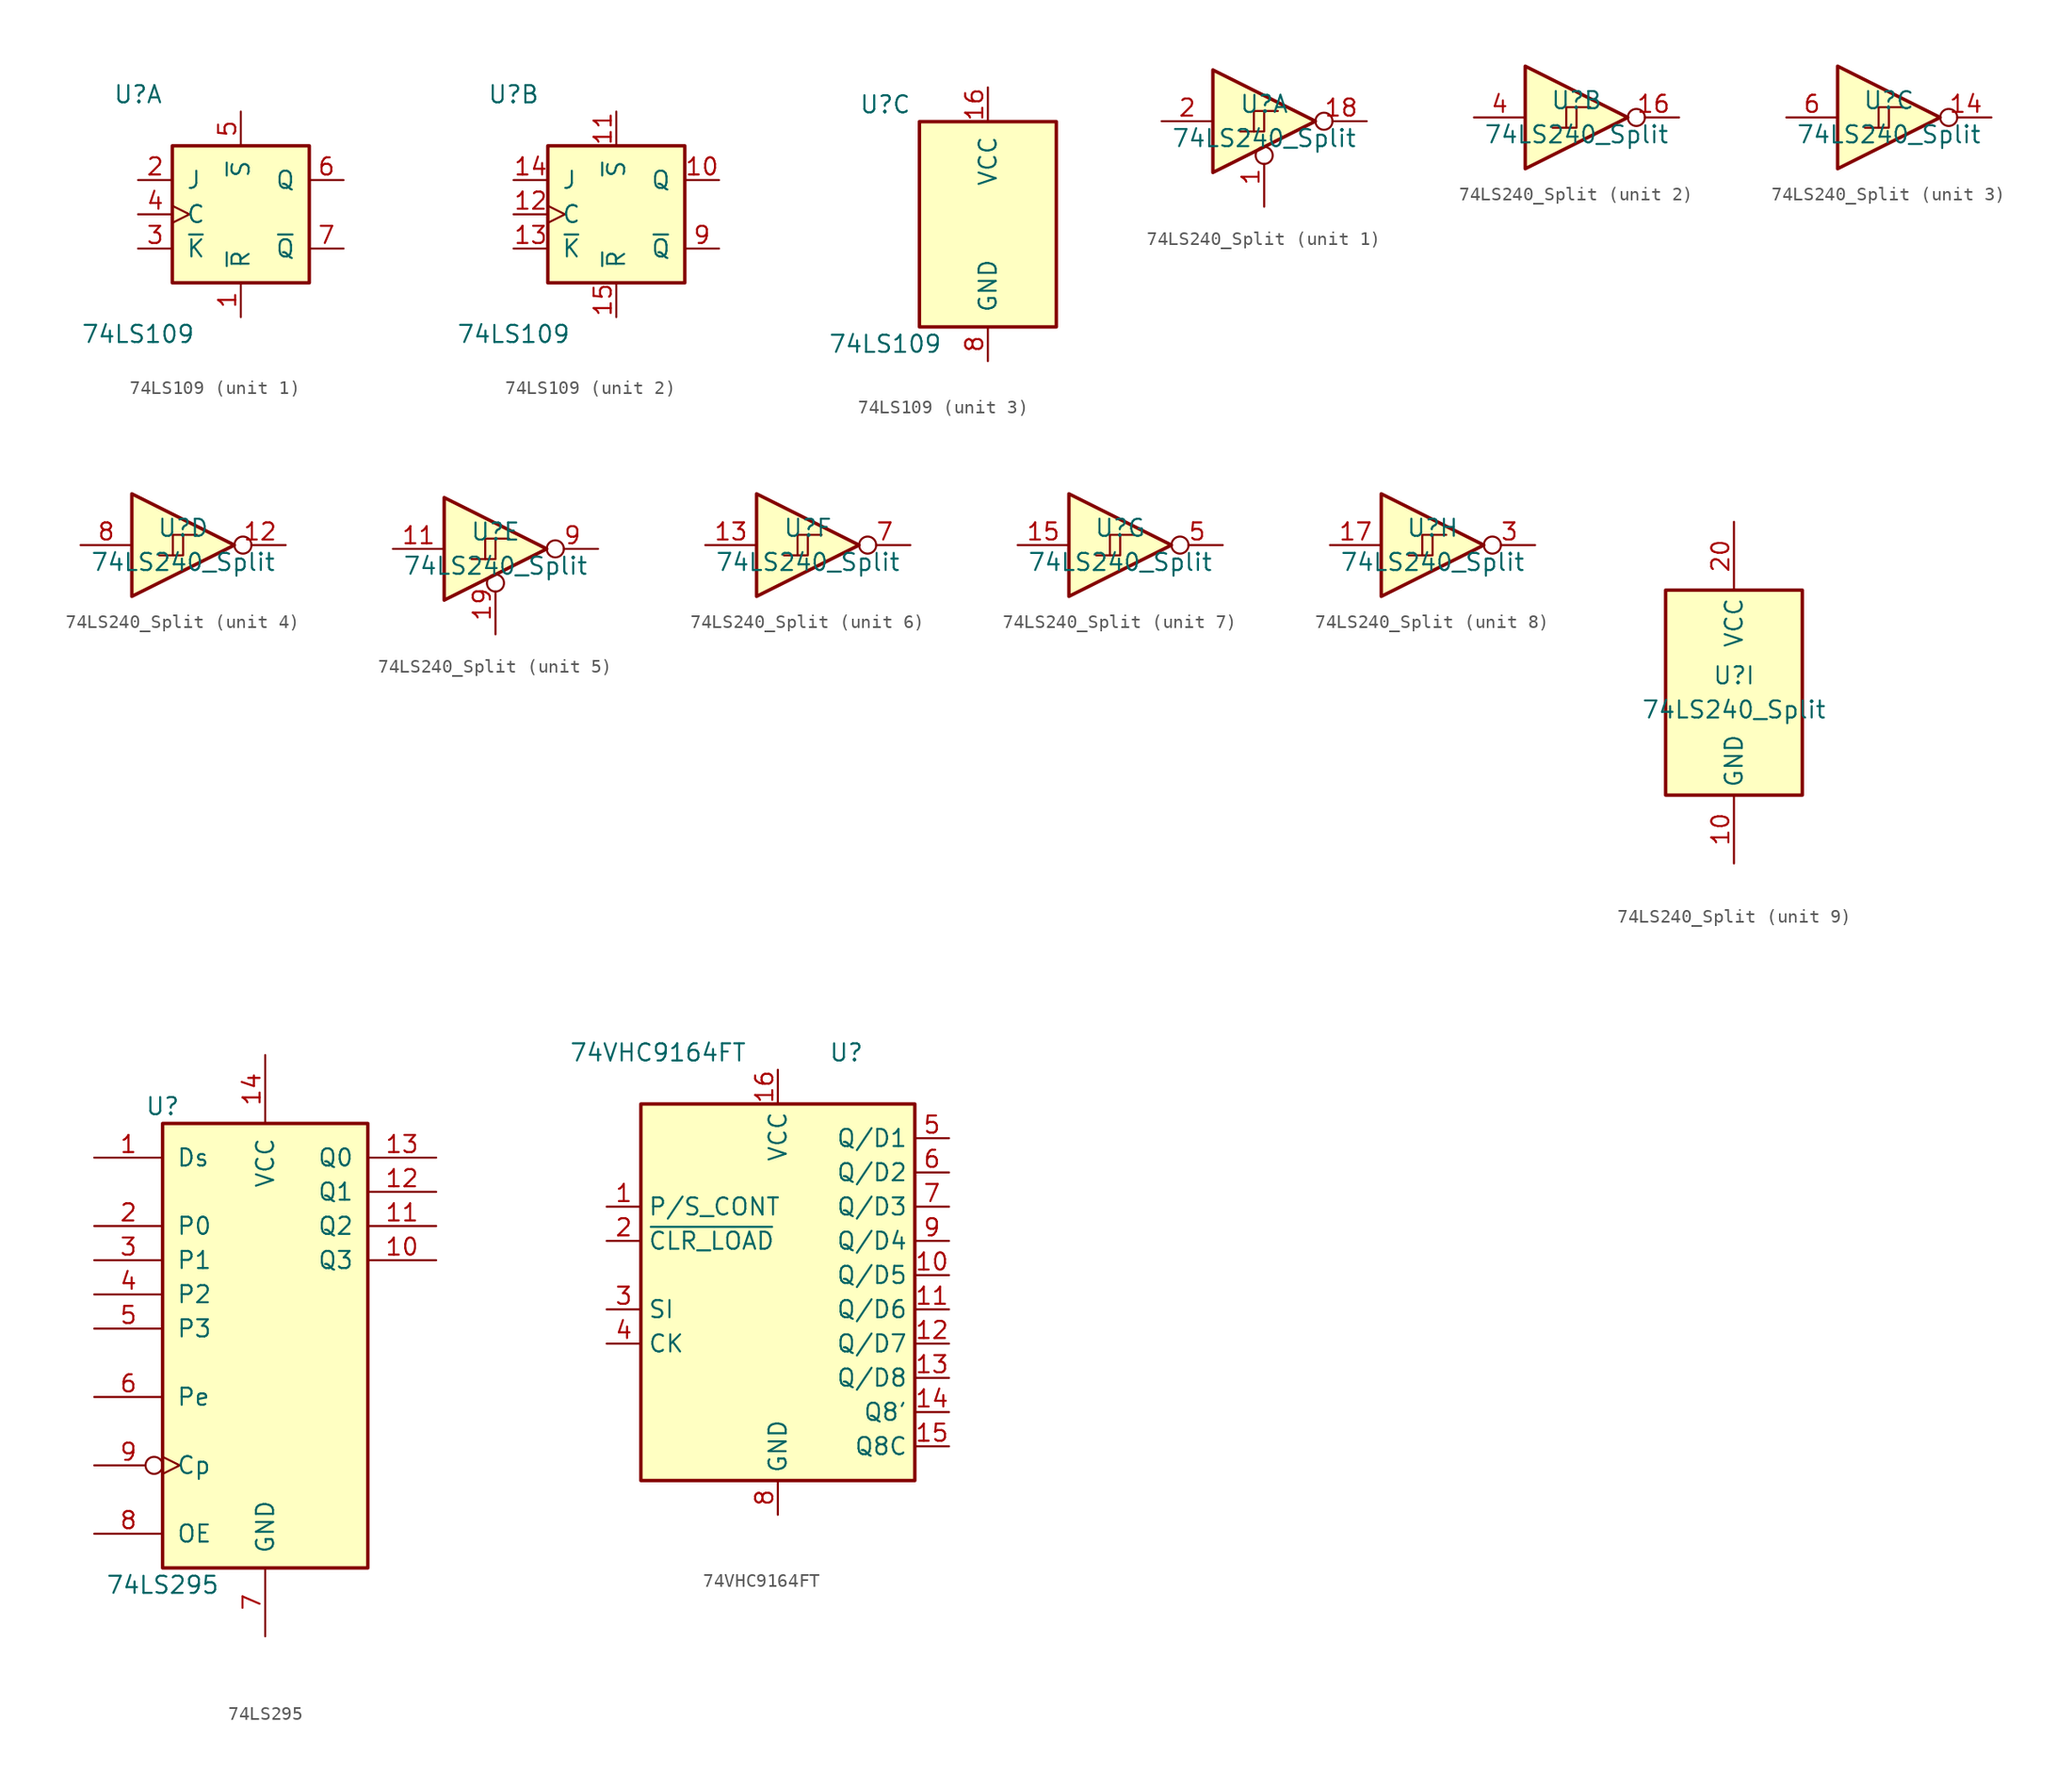
<source format=kicad_sym>
(kicad_symbol_lib
  (version 20201005)
  (generator kicad_symbol_editor)
  (symbol "74LS109"
    (pin_names
      (offset 1.016))
    (property "Reference" "U"
      (at -7.62 8.89 0)
      (effects (font (size 1.27 1.27))))
    (property "Value" "74LS109"
      (at -7.62 -8.89 0)
      (effects (font (size 1.27 1.27))))
    (property "ki_locked" ""
      (at 0 0 0)
      (effects (font (size 1.27 1.27))))
    (symbol "74LS109_1_0"
      (pin input line (at 0 -7.62 90) (length 2.54) (name "~R" (effects (font (size 1.27 1.27)))) (number "1" (effects (font (size 1.27 1.27)))))
      (pin input line (at -7.62 2.54 0) (length 2.54) (name "J" (effects (font (size 1.27 1.27)))) (number "2" (effects (font (size 1.27 1.27)))))
      (pin input line (at -7.62 -2.54 0) (length 2.54) (name "~K" (effects (font (size 1.27 1.27)))) (number "3" (effects (font (size 1.27 1.27)))))
      (pin input clock (at -7.62 0 0) (length 2.54) (name "C" (effects (font (size 1.27 1.27)))) (number "4" (effects (font (size 1.27 1.27)))))
      (pin input line (at 0 7.62 270) (length 2.54) (name "~S" (effects (font (size 1.27 1.27)))) (number "5" (effects (font (size 1.27 1.27)))))
      (pin output line (at 7.62 2.54 180) (length 2.54) (name "Q" (effects (font (size 1.27 1.27)))) (number "6" (effects (font (size 1.27 1.27)))))
      (pin output line (at 7.62 -2.54 180) (length 2.54) (name "~Q" (effects (font (size 1.27 1.27)))) (number "7" (effects (font (size 1.27 1.27))))))
    (symbol "74LS109_1_1"
      (rectangle (start -5.08 5.08) (end 5.08 -5.08) (stroke (width 0.254)) (fill (type background))))
    (symbol "74LS109_2_0"
      (pin output line (at 7.62 2.54 180) (length 2.54) (name "Q" (effects (font (size 1.27 1.27)))) (number "10" (effects (font (size 1.27 1.27)))))
      (pin input line (at 0 7.62 270) (length 2.54) (name "~S" (effects (font (size 1.27 1.27)))) (number "11" (effects (font (size 1.27 1.27)))))
      (pin input clock (at -7.62 0 0) (length 2.54) (name "C" (effects (font (size 1.27 1.27)))) (number "12" (effects (font (size 1.27 1.27)))))
      (pin input line (at -7.62 -2.54 0) (length 2.54) (name "~K" (effects (font (size 1.27 1.27)))) (number "13" (effects (font (size 1.27 1.27)))))
      (pin input line (at -7.62 2.54 0) (length 2.54) (name "J" (effects (font (size 1.27 1.27)))) (number "14" (effects (font (size 1.27 1.27)))))
      (pin input line (at 0 -7.62 90) (length 2.54) (name "~R" (effects (font (size 1.27 1.27)))) (number "15" (effects (font (size 1.27 1.27)))))
      (pin output line (at 7.62 -2.54 180) (length 2.54) (name "~Q" (effects (font (size 1.27 1.27)))) (number "9" (effects (font (size 1.27 1.27))))))
    (symbol "74LS109_2_1"
      (rectangle (start -5.08 5.08) (end 5.08 -5.08) (stroke (width 0.254)) (fill (type background))))
    (symbol "74LS109_3_0"
      (pin power_in line (at 0 10.16 270) (length 2.54) (name "VCC" (effects (font (size 1.27 1.27)))) (number "16" (effects (font (size 1.27 1.27)))))
      (pin power_in line (at 0 -10.16 90) (length 2.54) (name "GND" (effects (font (size 1.27 1.27)))) (number "8" (effects (font (size 1.27 1.27))))))
    (symbol "74LS109_3_1"
      (rectangle (start -5.08 7.62) (end 5.08 -7.62) (stroke (width 0.254)) (fill (type background)))))
  (symbol "74LS240_Split"
    (property "Reference" "U"
      (at 0 1.27 0)
      (effects (font (size 1.27 1.27))))
    (property "Value" "74LS240_Split"
      (at 0 -1.27 0)
      (effects (font (size 1.27 1.27))))
    (property "ki_locked" ""
      (at 0 0 0)
      (effects (font (size 1.27 1.27))))
    (symbol "74LS240_Split_1_0"
      (polyline (pts (xy -3.81 3.81) (xy -3.81 -3.81) (xy 3.81 0) (xy -3.81 3.81)) (stroke (width 0.254)) (fill (type background)))
      (pin input inverted (at 0 -6.35 90) (length 4.445) (name "~" (effects (font (size 1.27 1.27)))) (number "1" (effects (font (size 1.27 1.27)))))
      (pin tri_state inverted (at 7.62 0 180) (length 3.81) (name "~" (effects (font (size 1.27 1.27)))) (number "18" (effects (font (size 1.27 1.27)))))
      (pin input line (at -7.62 0 0) (length 3.81) (name "~" (effects (font (size 1.27 1.27)))) (number "2" (effects (font (size 1.27 1.27))))))
    (symbol "74LS240_Split_1_1"
      (polyline (pts (xy -0.762 -0.762) (xy -0.762 0.762) (xy 1.016 0.762)) (stroke (width 0)) (fill (type none)))
      (polyline (pts (xy 0 0.762) (xy 0 -0.762) (xy -1.778 -0.762)) (stroke (width 0)) (fill (type none))))
    (symbol "74LS240_Split_2_0"
      (polyline (pts (xy -3.81 3.81) (xy -3.81 -3.81) (xy 3.81 0) (xy -3.81 3.81)) (stroke (width 0.254)) (fill (type background)))
      (pin tri_state inverted (at 7.62 0 180) (length 3.81) (name "~" (effects (font (size 1.27 1.27)))) (number "16" (effects (font (size 1.27 1.27)))))
      (pin input line (at -7.62 0 0) (length 3.81) (name "~" (effects (font (size 1.27 1.27)))) (number "4" (effects (font (size 1.27 1.27))))))
    (symbol "74LS240_Split_2_1"
      (polyline (pts (xy -0.762 -0.762) (xy -0.762 0.762) (xy 1.016 0.762)) (stroke (width 0)) (fill (type none)))
      (polyline (pts (xy 0 0.762) (xy 0 -0.762) (xy -1.778 -0.762)) (stroke (width 0)) (fill (type none))))
    (symbol "74LS240_Split_3_0"
      (polyline (pts (xy -3.81 3.81) (xy -3.81 -3.81) (xy 3.81 0) (xy -3.81 3.81)) (stroke (width 0.254)) (fill (type background)))
      (pin tri_state inverted (at 7.62 0 180) (length 3.81) (name "~" (effects (font (size 1.27 1.27)))) (number "14" (effects (font (size 1.27 1.27)))))
      (pin input line (at -7.62 0 0) (length 3.81) (name "~" (effects (font (size 1.27 1.27)))) (number "6" (effects (font (size 1.27 1.27))))))
    (symbol "74LS240_Split_3_1"
      (polyline (pts (xy -0.762 -0.762) (xy -0.762 0.762) (xy 1.016 0.762)) (stroke (width 0)) (fill (type none)))
      (polyline (pts (xy 0 0.762) (xy 0 -0.762) (xy -1.778 -0.762)) (stroke (width 0)) (fill (type none))))
    (symbol "74LS240_Split_4_0"
      (polyline (pts (xy -3.81 3.81) (xy -3.81 -3.81) (xy 3.81 0) (xy -3.81 3.81)) (stroke (width 0.254)) (fill (type background)))
      (pin tri_state inverted (at 7.62 0 180) (length 3.81) (name "~" (effects (font (size 1.27 1.27)))) (number "12" (effects (font (size 1.27 1.27)))))
      (pin input line (at -7.62 0 0) (length 3.81) (name "~" (effects (font (size 1.27 1.27)))) (number "8" (effects (font (size 1.27 1.27))))))
    (symbol "74LS240_Split_4_1"
      (polyline (pts (xy -0.762 -0.762) (xy -0.762 0.762) (xy 1.016 0.762)) (stroke (width 0)) (fill (type none)))
      (polyline (pts (xy 0 0.762) (xy 0 -0.762) (xy -1.778 -0.762)) (stroke (width 0)) (fill (type none))))
    (symbol "74LS240_Split_5_0"
      (polyline (pts (xy -3.81 3.81) (xy -3.81 -3.81) (xy 3.81 0) (xy -3.81 3.81)) (stroke (width 0.254)) (fill (type background)))
      (pin input line (at -7.62 0 0) (length 3.81) (name "~" (effects (font (size 1.27 1.27)))) (number "11" (effects (font (size 1.27 1.27)))))
      (pin input inverted (at 0 -6.35 90) (length 4.445) (name "~" (effects (font (size 1.27 1.27)))) (number "19" (effects (font (size 1.27 1.27)))))
      (pin tri_state inverted (at 7.62 0 180) (length 3.81) (name "~" (effects (font (size 1.27 1.27)))) (number "9" (effects (font (size 1.27 1.27))))))
    (symbol "74LS240_Split_5_1"
      (polyline (pts (xy -0.762 -0.762) (xy -0.762 0.762) (xy 1.016 0.762)) (stroke (width 0)) (fill (type none)))
      (polyline (pts (xy 0 0.762) (xy 0 -0.762) (xy -1.778 -0.762)) (stroke (width 0)) (fill (type none))))
    (symbol "74LS240_Split_6_0"
      (polyline (pts (xy -3.81 3.81) (xy -3.81 -3.81) (xy 3.81 0) (xy -3.81 3.81)) (stroke (width 0.254)) (fill (type background)))
      (pin input line (at -7.62 0 0) (length 3.81) (name "~" (effects (font (size 1.27 1.27)))) (number "13" (effects (font (size 1.27 1.27)))))
      (pin tri_state inverted (at 7.62 0 180) (length 3.81) (name "~" (effects (font (size 1.27 1.27)))) (number "7" (effects (font (size 1.27 1.27))))))
    (symbol "74LS240_Split_6_1"
      (polyline (pts (xy -0.762 -0.762) (xy -0.762 0.762) (xy 1.016 0.762)) (stroke (width 0)) (fill (type none)))
      (polyline (pts (xy 0 0.762) (xy 0 -0.762) (xy -1.778 -0.762)) (stroke (width 0)) (fill (type none))))
    (symbol "74LS240_Split_7_0"
      (polyline (pts (xy -3.81 3.81) (xy -3.81 -3.81) (xy 3.81 0) (xy -3.81 3.81)) (stroke (width 0.254)) (fill (type background)))
      (pin input line (at -7.62 0 0) (length 3.81) (name "~" (effects (font (size 1.27 1.27)))) (number "15" (effects (font (size 1.27 1.27)))))
      (pin tri_state inverted (at 7.62 0 180) (length 3.81) (name "~" (effects (font (size 1.27 1.27)))) (number "5" (effects (font (size 1.27 1.27))))))
    (symbol "74LS240_Split_7_1"
      (polyline (pts (xy -0.762 -0.762) (xy -0.762 0.762) (xy 1.016 0.762)) (stroke (width 0)) (fill (type none)))
      (polyline (pts (xy 0 0.762) (xy 0 -0.762) (xy -1.778 -0.762)) (stroke (width 0)) (fill (type none))))
    (symbol "74LS240_Split_8_0"
      (polyline (pts (xy -3.81 3.81) (xy -3.81 -3.81) (xy 3.81 0) (xy -3.81 3.81)) (stroke (width 0.254)) (fill (type background)))
      (pin input line (at -7.62 0 0) (length 3.81) (name "~" (effects (font (size 1.27 1.27)))) (number "17" (effects (font (size 1.27 1.27)))))
      (pin tri_state inverted (at 7.62 0 180) (length 3.81) (name "~" (effects (font (size 1.27 1.27)))) (number "3" (effects (font (size 1.27 1.27))))))
    (symbol "74LS240_Split_8_1"
      (polyline (pts (xy -0.762 -0.762) (xy -0.762 0.762) (xy 1.016 0.762)) (stroke (width 0)) (fill (type none)))
      (polyline (pts (xy 0 0.762) (xy 0 -0.762) (xy -1.778 -0.762)) (stroke (width 0)) (fill (type none))))
    (symbol "74LS240_Split_9_0"
      (pin power_in line (at 0 -12.7 90) (length 5.08) (name "GND" (effects (font (size 1.27 1.27)))) (number "10" (effects (font (size 1.27 1.27)))))
      (pin power_in line (at 0 12.7 270) (length 5.08) (name "VCC" (effects (font (size 1.27 1.27)))) (number "20" (effects (font (size 1.27 1.27))))))
    (symbol "74LS240_Split_9_1"
      (rectangle (start -5.08 7.62) (end 5.08 -7.62) (stroke (width 0.254)) (fill (type background)))))
  (symbol "74LS295"
    (pin_names
      (offset 1.016))
    (property "Reference" "U"
      (at -7.62 16.51 0)
      (effects (font (size 1.27 1.27))))
    (property "Value" "74LS295"
      (at -7.62 -19.05 0)
      (effects (font (size 1.27 1.27))))
    (property "ki_locked" ""
      (at 0 0 0)
      (effects (font (size 1.27 1.27))))
    (symbol "74LS295_1_0"
      (pin input line (at -12.7 12.7 0) (length 5.08) (name "Ds" (effects (font (size 1.27 1.27)))) (number "1" (effects (font (size 1.27 1.27)))))
      (pin output line (at 12.7 5.08 180) (length 5.08) (name "Q3" (effects (font (size 1.27 1.27)))) (number "10" (effects (font (size 1.27 1.27)))))
      (pin output line (at 12.7 7.62 180) (length 5.08) (name "Q2" (effects (font (size 1.27 1.27)))) (number "11" (effects (font (size 1.27 1.27)))))
      (pin output line (at 12.7 10.16 180) (length 5.08) (name "Q1" (effects (font (size 1.27 1.27)))) (number "12" (effects (font (size 1.27 1.27)))))
      (pin output line (at 12.7 12.7 180) (length 5.08) (name "Q0" (effects (font (size 1.27 1.27)))) (number "13" (effects (font (size 1.27 1.27)))))
      (pin power_in line (at 0 20.32 270) (length 5.08) (name "VCC" (effects (font (size 1.27 1.27)))) (number "14" (effects (font (size 1.27 1.27)))))
      (pin input line (at -12.7 7.62 0) (length 5.08) (name "P0" (effects (font (size 1.27 1.27)))) (number "2" (effects (font (size 1.27 1.27)))))
      (pin input line (at -12.7 5.08 0) (length 5.08) (name "P1" (effects (font (size 1.27 1.27)))) (number "3" (effects (font (size 1.27 1.27)))))
      (pin input line (at -12.7 2.54 0) (length 5.08) (name "P2" (effects (font (size 1.27 1.27)))) (number "4" (effects (font (size 1.27 1.27)))))
      (pin input line (at -12.7 0 0) (length 5.08) (name "P3" (effects (font (size 1.27 1.27)))) (number "5" (effects (font (size 1.27 1.27)))))
      (pin input line (at -12.7 -5.08 0) (length 5.08) (name "Pe" (effects (font (size 1.27 1.27)))) (number "6" (effects (font (size 1.27 1.27)))))
      (pin power_in line (at 0 -22.86 90) (length 5.08) (name "GND" (effects (font (size 1.27 1.27)))) (number "7" (effects (font (size 1.27 1.27)))))
      (pin input line (at -12.7 -15.24 0) (length 5.08) (name "OE" (effects (font (size 1.27 1.27)))) (number "8" (effects (font (size 1.27 1.27)))))
      (pin input inverted_clock (at -12.7 -10.16 0) (length 5.08) (name "Cp" (effects (font (size 1.27 1.27)))) (number "9" (effects (font (size 1.27 1.27))))))
    (symbol "74LS295_1_1"
      (rectangle (start -7.62 15.24) (end 7.62 -17.78) (stroke (width 0.254)) (fill (type background)))))
  (symbol "74VHC9164FT"
    (property "Reference" "U"
      (at 5.08 16.51 0)
      (effects (font (size 1.27 1.27))))
    (property "Value" "74VHC9164FT"
      (at -8.89 16.51 0)
      (effects (font (size 1.27 1.27))))
    (symbol "74VHC9164FT_1_1"
      (rectangle (start -10.16 12.7) (end 10.16 -15.24) (stroke (width 0.254)) (fill (type background)))
      (pin input line (at -12.7 5.08 0) (length 2.54) (name "P/S_CONT" (effects (font (size 1.27 1.27)))) (number "1" (effects (font (size 1.27 1.27)))))
      (pin bidirectional line (at 12.7 0 180) (length 2.54) (name "Q/D5" (effects (font (size 1.27 1.27)))) (number "10" (effects (font (size 1.27 1.27)))))
      (pin bidirectional line (at 12.7 -2.54 180) (length 2.54) (name "Q/D6" (effects (font (size 1.27 1.27)))) (number "11" (effects (font (size 1.27 1.27)))))
      (pin bidirectional line (at 12.7 -5.08 180) (length 2.54) (name "Q/D7" (effects (font (size 1.27 1.27)))) (number "12" (effects (font (size 1.27 1.27)))))
      (pin bidirectional line (at 12.7 -7.62 180) (length 2.54) (name "Q/D8" (effects (font (size 1.27 1.27)))) (number "13" (effects (font (size 1.27 1.27)))))
      (pin output line (at 12.7 -10.16 180) (length 2.54) (name "Q8'" (effects (font (size 1.27 1.27)))) (number "14" (effects (font (size 1.27 1.27)))))
      (pin output line (at 12.7 -12.7 180) (length 2.54) (name "Q8C" (effects (font (size 1.27 1.27)))) (number "15" (effects (font (size 1.27 1.27)))))
      (pin power_in line (at 0 15.24 270) (length 2.54) (name "VCC" (effects (font (size 1.27 1.27)))) (number "16" (effects (font (size 1.27 1.27)))))
      (pin input line (at -12.7 2.54 0) (length 2.54) (name "~CLR_LOAD" (effects (font (size 1.27 1.27)))) (number "2" (effects (font (size 1.27 1.27)))))
      (pin input line (at -12.7 -2.54 0) (length 2.54) (name "SI" (effects (font (size 1.27 1.27)))) (number "3" (effects (font (size 1.27 1.27)))))
      (pin input line (at -12.7 -5.08 0) (length 2.54) (name "CK" (effects (font (size 1.27 1.27)))) (number "4" (effects (font (size 1.27 1.27)))))
      (pin bidirectional line (at 12.7 10.16 180) (length 2.54) (name "Q/D1" (effects (font (size 1.27 1.27)))) (number "5" (effects (font (size 1.27 1.27)))))
      (pin bidirectional line (at 12.7 7.62 180) (length 2.54) (name "Q/D2" (effects (font (size 1.27 1.27)))) (number "6" (effects (font (size 1.27 1.27)))))
      (pin bidirectional line (at 12.7 5.08 180) (length 2.54) (name "Q/D3" (effects (font (size 1.27 1.27)))) (number "7" (effects (font (size 1.27 1.27)))))
      (pin power_in line (at 0 -17.78 90) (length 2.54) (name "GND" (effects (font (size 1.27 1.27)))) (number "8" (effects (font (size 1.27 1.27)))))
      (pin bidirectional line (at 12.7 2.54 180) (length 2.54) (name "Q/D4" (effects (font (size 1.27 1.27)))) (number "9" (effects (font (size 1.27 1.27))))))))
</source>
